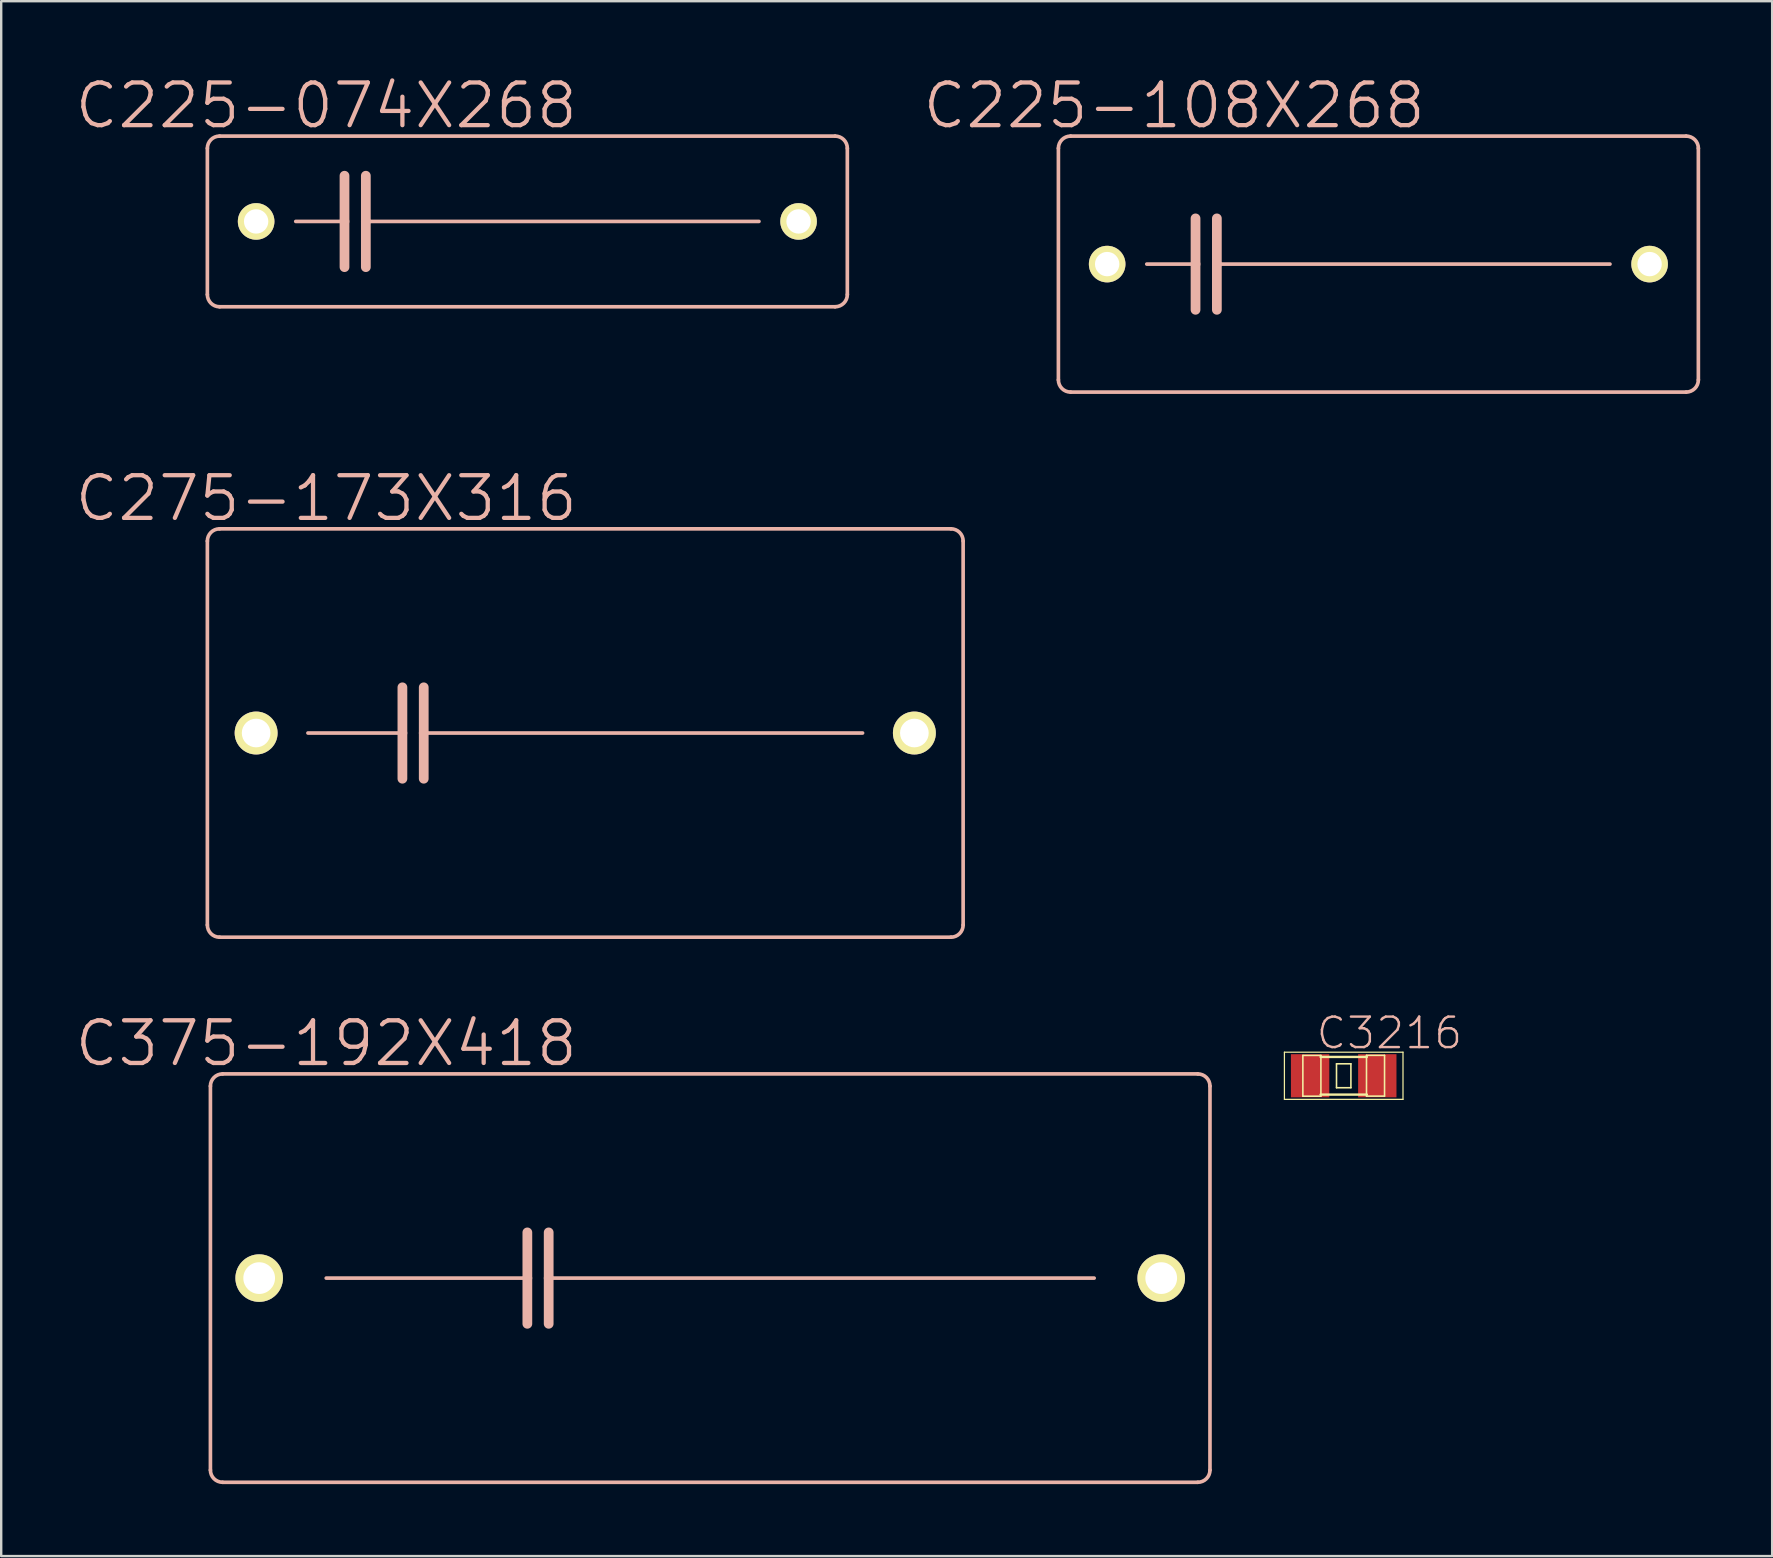
<source format=kicad_pcb>
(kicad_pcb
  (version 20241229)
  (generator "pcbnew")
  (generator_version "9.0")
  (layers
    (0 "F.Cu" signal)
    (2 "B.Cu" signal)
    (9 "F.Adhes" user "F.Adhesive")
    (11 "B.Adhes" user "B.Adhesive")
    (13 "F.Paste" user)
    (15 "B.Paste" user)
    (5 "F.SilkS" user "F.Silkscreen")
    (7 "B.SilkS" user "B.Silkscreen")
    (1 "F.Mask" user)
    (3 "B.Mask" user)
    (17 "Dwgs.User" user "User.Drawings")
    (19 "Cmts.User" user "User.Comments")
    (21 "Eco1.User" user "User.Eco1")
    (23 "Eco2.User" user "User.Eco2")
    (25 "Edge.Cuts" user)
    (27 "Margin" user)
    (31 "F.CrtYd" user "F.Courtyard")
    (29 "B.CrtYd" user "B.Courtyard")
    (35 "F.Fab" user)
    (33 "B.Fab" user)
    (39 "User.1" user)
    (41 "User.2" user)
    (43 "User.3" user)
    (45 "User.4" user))
  (footprint "C225-108X268"
    (layer "F.Cu")
    (at 54.393 7.956)
    (property "Reference" "C225-108X268" (at -8.509 -6.604 0) (layer "B.SilkS") (effects (font (size 1.778 1.778) (thickness 0.178))))
    (attr exclude_from_pos_files exclude_from_bom)
    (fp_line (start -13.335 4.826) (end -13.335 -4.826) (stroke (width 0.152) (type solid)) (layer "B.SilkS"))
    (fp_line (start -12.827 -5.334) (end 12.827 -5.334) (stroke (width 0.152) (type solid)) (layer "B.SilkS"))
    (fp_line (start -9.652 0) (end -7.62 0) (stroke (width 0.152) (type solid)) (layer "B.SilkS"))
    (fp_line (start -7.62 -1.905) (end -7.62 0) (stroke (width 0.406) (type solid)) (layer "B.SilkS"))
    (fp_line (start -7.62 0) (end -7.62 1.905) (stroke (width 0.406) (type solid)) (layer "B.SilkS"))
    (fp_line (start -6.731 -1.905) (end -6.731 0) (stroke (width 0.406) (type solid)) (layer "B.SilkS"))
    (fp_line (start -6.731 0) (end -6.731 1.905) (stroke (width 0.406) (type solid)) (layer "B.SilkS"))
    (fp_line (start -6.731 0) (end 9.652 0) (stroke (width 0.152) (type solid)) (layer "B.SilkS"))
    (fp_line (start 12.827 5.334) (end -12.827 5.334) (stroke (width 0.152) (type solid)) (layer "B.SilkS"))
    (fp_line (start 13.335 -4.826) (end 13.335 4.826) (stroke (width 0.152) (type solid)) (layer "B.SilkS"))
    (fp_arc (start -13.335 -4.826) (mid -13.18621 -5.18521) (end -12.827 -5.334) (stroke (width 0.1524) (type solid)) (layer "B.SilkS"))
    (fp_arc (start -12.827 5.334) (mid -13.18621 5.18521) (end -13.335 4.826) (stroke (width 0.1524) (type solid)) (layer "B.SilkS"))
    (fp_arc (start 12.827 -5.334) (mid 13.18621 -5.18521) (end 13.335 -4.826) (stroke (width 0.1524) (type solid)) (layer "B.SilkS"))
    (fp_arc (start 13.335 4.826) (mid 13.18621 5.18521) (end 12.827 5.334) (stroke (width 0.1524) (type solid)) (layer "B.SilkS"))
    (pad "1" thru_hole circle (at -11.303 0) (size 1.524 1.524) (drill 1.016) (layers "*.Cu" "F.Mask" "F.SilkS" "F.Paste"))
    (pad "2" thru_hole circle (at 11.303 0) (size 1.524 1.524) (drill 1.016) (layers "*.Cu" "F.Mask" "F.SilkS" "F.Paste")))
  (footprint "C375-192X418"
    (layer "F.Cu")
    (at 26.547 50.214)
    (property "Reference" "C375-192X418" (at -16.002 -9.779 0) (layer "B.SilkS") (effects (font (size 1.778 1.778) (thickness 0.178))))
    (attr exclude_from_pos_files exclude_from_bom)
    (fp_line (start -20.828 8.001) (end -20.828 -8.001) (stroke (width 0.152) (type solid)) (layer "B.SilkS"))
    (fp_line (start -20.32 -8.509) (end 20.32 -8.509) (stroke (width 0.152) (type solid)) (layer "B.SilkS"))
    (fp_line (start -16.002 0) (end -7.62 0) (stroke (width 0.152) (type solid)) (layer "B.SilkS"))
    (fp_line (start -7.62 -1.905) (end -7.62 0) (stroke (width 0.406) (type solid)) (layer "B.SilkS"))
    (fp_line (start -7.62 0) (end -7.62 1.905) (stroke (width 0.406) (type solid)) (layer "B.SilkS"))
    (fp_line (start -6.731 -1.905) (end -6.731 0) (stroke (width 0.406) (type solid)) (layer "B.SilkS"))
    (fp_line (start -6.731 0) (end -6.731 1.905) (stroke (width 0.406) (type solid)) (layer "B.SilkS"))
    (fp_line (start -6.731 0) (end 16.002 0) (stroke (width 0.152) (type solid)) (layer "B.SilkS"))
    (fp_line (start 20.32 8.509) (end -20.32 8.509) (stroke (width 0.152) (type solid)) (layer "B.SilkS"))
    (fp_line (start 20.828 -8.001) (end 20.828 8.001) (stroke (width 0.152) (type solid)) (layer "B.SilkS"))
    (fp_arc (start -20.828 -8.001) (mid -20.67921 -8.36021) (end -20.32 -8.509) (stroke (width 0.1524) (type solid)) (layer "B.SilkS"))
    (fp_arc (start -20.32 8.509) (mid -20.67921 8.36021) (end -20.828 8.001) (stroke (width 0.1524) (type solid)) (layer "B.SilkS"))
    (fp_arc (start 20.32 -8.509) (mid 20.67921 -8.36021) (end 20.828 -8.001) (stroke (width 0.1524) (type solid)) (layer "B.SilkS"))
    (fp_arc (start 20.828 8.001) (mid 20.67921 8.36021) (end 20.32 8.509) (stroke (width 0.1524) (type solid)) (layer "B.SilkS"))
    (pad "1" thru_hole circle (at -18.796 0) (size 1.981 1.981) (drill 1.321) (layers "*.Cu" "F.Mask" "F.SilkS" "F.Paste"))
    (pad "2" thru_hole circle (at 18.796 0) (size 1.981 1.981) (drill 1.321) (layers "*.Cu" "F.Mask" "F.SilkS" "F.Paste")))
  (footprint "C3216"
    (layer "F.Cu")
    (at 52.948 41.782)
    (property "Reference" "C3216" (at 1.905 -1.778 0) (layer "B.SilkS") (effects (font (size 1.27 1.27) (thickness 0.102))))
    (attr smd)
    (fp_line (start -2.471 -0.983) (end 2.471 -0.983) (stroke (width 0.051) (type solid)) (layer "F.SilkS"))
    (fp_line (start -2.471 0.983) (end -2.471 -0.983) (stroke (width 0.051) (type solid)) (layer "F.SilkS"))
    (fp_line (start -1.702 -0.848) (end -0.95 -0.848) (stroke (width 0.066) (type solid)) (layer "F.SilkS"))
    (fp_line (start -1.702 0.851) (end -1.702 -0.848) (stroke (width 0.066) (type solid)) (layer "F.SilkS"))
    (fp_line (start -1.702 0.851) (end -0.95 0.851) (stroke (width 0.066) (type solid)) (layer "F.SilkS"))
    (fp_line (start -0.963 -0.785) (end 0.963 -0.785) (stroke (width 0.102) (type solid)) (layer "F.SilkS"))
    (fp_line (start -0.963 0.785) (end 0.963 0.785) (stroke (width 0.102) (type solid)) (layer "F.SilkS"))
    (fp_line (start -0.95 0.851) (end -0.95 -0.848) (stroke (width 0.066) (type solid)) (layer "F.SilkS"))
    (fp_line (start -0.3 -0.498) (end 0.3 -0.498) (stroke (width 0.066) (type solid)) (layer "F.SilkS"))
    (fp_line (start -0.3 0.498) (end -0.3 -0.498) (stroke (width 0.066) (type solid)) (layer "F.SilkS"))
    (fp_line (start -0.3 0.498) (end 0.3 0.498) (stroke (width 0.066) (type solid)) (layer "F.SilkS"))
    (fp_line (start 0.3 0.498) (end 0.3 -0.498) (stroke (width 0.066) (type solid)) (layer "F.SilkS"))
    (fp_line (start 0.95 -0.851) (end 1.702 -0.851) (stroke (width 0.066) (type solid)) (layer "F.SilkS"))
    (fp_line (start 0.95 0.848) (end 0.95 -0.851) (stroke (width 0.066) (type solid)) (layer "F.SilkS"))
    (fp_line (start 0.95 0.848) (end 1.702 0.848) (stroke (width 0.066) (type solid)) (layer "F.SilkS"))
    (fp_line (start 1.702 0.848) (end 1.702 -0.851) (stroke (width 0.066) (type solid)) (layer "F.SilkS"))
    (fp_line (start 2.471 -0.983) (end 2.471 0.983) (stroke (width 0.051) (type solid)) (layer "F.SilkS"))
    (fp_line (start 2.471 0.983) (end -2.471 0.983) (stroke (width 0.051) (type solid)) (layer "F.SilkS"))
    (pad "1" smd rect (at -1.4 0) (size 1.598 1.798) (layers "F.Cu" "F.Mask" "F.Paste"))
    (pad "2" smd rect (at 1.4 0) (size 1.598 1.798) (layers "F.Cu" "F.Mask" "F.Paste")))
  (footprint "C225-074X268"
    (layer "F.Cu")
    (at 18.927 6.178)
    (property "Reference" "C225-074X268" (at -8.382 -4.826 0) (layer "B.SilkS") (effects (font (size 1.778 1.778) (thickness 0.178))))
    (attr exclude_from_pos_files exclude_from_bom)
    (fp_line (start -13.335 3.048) (end -13.335 -3.048) (stroke (width 0.152) (type solid)) (layer "B.SilkS"))
    (fp_line (start -12.827 -3.556) (end 12.827 -3.556) (stroke (width 0.152) (type solid)) (layer "B.SilkS"))
    (fp_line (start -9.652 0) (end -7.62 0) (stroke (width 0.152) (type solid)) (layer "B.SilkS"))
    (fp_line (start -7.62 -1.905) (end -7.62 0) (stroke (width 0.406) (type solid)) (layer "B.SilkS"))
    (fp_line (start -7.62 0) (end -7.62 1.905) (stroke (width 0.406) (type solid)) (layer "B.SilkS"))
    (fp_line (start -6.731 -1.905) (end -6.731 0) (stroke (width 0.406) (type solid)) (layer "B.SilkS"))
    (fp_line (start -6.731 0) (end -6.731 1.905) (stroke (width 0.406) (type solid)) (layer "B.SilkS"))
    (fp_line (start -6.731 0) (end 9.652 0) (stroke (width 0.152) (type solid)) (layer "B.SilkS"))
    (fp_line (start 12.827 3.556) (end -12.827 3.556) (stroke (width 0.152) (type solid)) (layer "B.SilkS"))
    (fp_line (start 13.335 -3.048) (end 13.335 3.048) (stroke (width 0.152) (type solid)) (layer "B.SilkS"))
    (fp_arc (start -13.335 -3.048) (mid -13.18621 -3.40721) (end -12.827 -3.556) (stroke (width 0.1524) (type solid)) (layer "B.SilkS"))
    (fp_arc (start -12.827 3.556) (mid -13.18621 3.40721) (end -13.335 3.048) (stroke (width 0.1524) (type solid)) (layer "B.SilkS"))
    (fp_arc (start 12.827 -3.556) (mid 13.18621 -3.40721) (end 13.335 -3.048) (stroke (width 0.1524) (type solid)) (layer "B.SilkS"))
    (fp_arc (start 13.335 3.048) (mid 13.18621 3.40721) (end 12.827 3.556) (stroke (width 0.1524) (type solid)) (layer "B.SilkS"))
    (pad "1" thru_hole circle (at -11.303 0) (size 1.524 1.524) (drill 1.016) (layers "*.Cu" "F.Mask" "F.SilkS" "F.Paste"))
    (pad "2" thru_hole circle (at 11.303 0) (size 1.524 1.524) (drill 1.016) (layers "*.Cu" "F.Mask" "F.SilkS" "F.Paste")))
  (footprint "C275-173X316"
    (layer "F.Cu")
    (at 21.34 27.498)
    (property "Reference" "C275-173X316" (at -10.795 -9.779 0) (layer "B.SilkS") (effects (font (size 1.778 1.778) (thickness 0.178))))
    (attr exclude_from_pos_files exclude_from_bom)
    (fp_line (start -15.748 8.001) (end -15.748 -8.001) (stroke (width 0.152) (type solid)) (layer "B.SilkS"))
    (fp_line (start -15.24 -8.509) (end 15.24 -8.509) (stroke (width 0.152) (type solid)) (layer "B.SilkS"))
    (fp_line (start -11.557 0) (end -7.62 0) (stroke (width 0.152) (type solid)) (layer "B.SilkS"))
    (fp_line (start -7.62 -1.905) (end -7.62 0) (stroke (width 0.406) (type solid)) (layer "B.SilkS"))
    (fp_line (start -7.62 0) (end -7.62 1.905) (stroke (width 0.406) (type solid)) (layer "B.SilkS"))
    (fp_line (start -6.731 -1.905) (end -6.731 0) (stroke (width 0.406) (type solid)) (layer "B.SilkS"))
    (fp_line (start -6.731 0) (end -6.731 1.905) (stroke (width 0.406) (type solid)) (layer "B.SilkS"))
    (fp_line (start -6.731 0) (end 11.557 0) (stroke (width 0.152) (type solid)) (layer "B.SilkS"))
    (fp_line (start 15.24 8.509) (end -15.24 8.509) (stroke (width 0.152) (type solid)) (layer "B.SilkS"))
    (fp_line (start 15.748 -8.001) (end 15.748 8.001) (stroke (width 0.152) (type solid)) (layer "B.SilkS"))
    (fp_arc (start -15.748 -8.001) (mid -15.59921 -8.36021) (end -15.24 -8.509) (stroke (width 0.1524) (type solid)) (layer "B.SilkS"))
    (fp_arc (start -15.24 8.509) (mid -15.59921 8.36021) (end -15.748 8.001) (stroke (width 0.1524) (type solid)) (layer "B.SilkS"))
    (fp_arc (start 15.24 -8.509) (mid 15.59921 -8.36021) (end 15.748 -8.001) (stroke (width 0.1524) (type solid)) (layer "B.SilkS"))
    (fp_arc (start 15.748 8.001) (mid 15.59921 8.36021) (end 15.24 8.509) (stroke (width 0.1524) (type solid)) (layer "B.SilkS"))
    (pad "1" thru_hole circle (at -13.716 0) (size 1.788 1.788) (drill 1.194) (layers "*.Cu" "F.Mask" "F.SilkS" "F.Paste"))
    (pad "2" thru_hole circle (at 13.716 0) (size 1.788 1.788) (drill 1.194) (layers "*.Cu" "F.Mask" "F.SilkS" "F.Paste")))
  (gr_rect
    (start -3 -3)
    (end 70.804 61.799)
    (stroke (width 0.1) (type default))
    (fill no)
    (layer "Edge.Cuts")))
</source>
